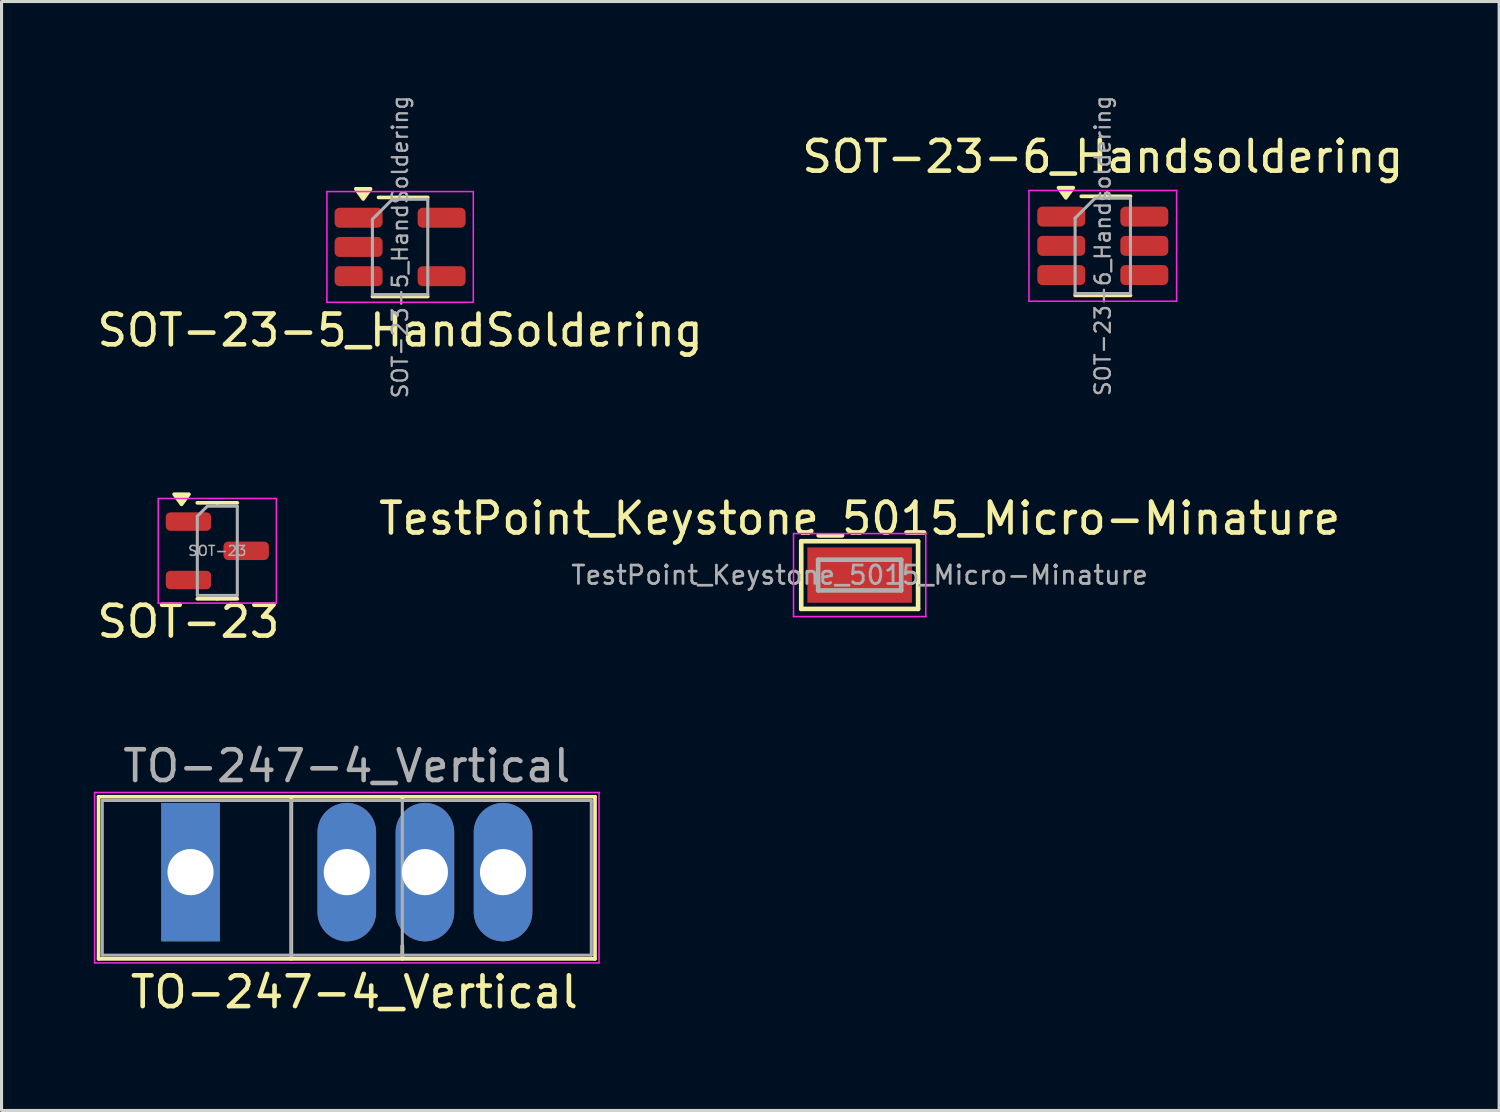
<source format=kicad_pcb>
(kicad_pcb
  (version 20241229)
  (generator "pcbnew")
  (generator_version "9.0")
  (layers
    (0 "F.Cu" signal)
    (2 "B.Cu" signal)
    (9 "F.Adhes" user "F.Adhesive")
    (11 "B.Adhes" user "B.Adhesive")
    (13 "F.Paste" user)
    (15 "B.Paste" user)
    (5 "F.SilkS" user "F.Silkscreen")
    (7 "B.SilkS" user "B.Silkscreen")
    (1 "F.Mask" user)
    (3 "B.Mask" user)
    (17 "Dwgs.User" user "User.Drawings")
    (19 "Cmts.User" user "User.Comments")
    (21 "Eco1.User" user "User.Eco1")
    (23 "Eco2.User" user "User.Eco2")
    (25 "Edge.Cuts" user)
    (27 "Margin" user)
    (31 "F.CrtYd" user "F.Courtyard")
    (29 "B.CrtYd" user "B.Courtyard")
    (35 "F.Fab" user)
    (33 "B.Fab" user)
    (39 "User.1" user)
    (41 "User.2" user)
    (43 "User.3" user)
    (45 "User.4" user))
  (footprint "SOT-23-5_HandSoldering"
    (layer "F.Cu")
    (at 9.958 4.979)
    (property "Reference" "SOT-23-5_HandSoldering" (at 0 2.71 0) (layer "F.SilkS") (effects (font (size 1 1) (thickness 0.15))))
    (attr smd)
    (fp_line (start -0.9 1.61) (end 0.9 1.61) (stroke (width 0.12) (type solid)) (layer "F.SilkS"))
    (fp_line (start 0.1 -1.61) (end -0.7 -1.61) (stroke (width 0.12) (type solid)) (layer "F.SilkS"))
    (fp_line (start 0.1 -1.61) (end 0.9 -1.61) (stroke (width 0.12) (type solid)) (layer "F.SilkS"))
    (fp_poly (pts (xy -1.2 -1.56) (xy -1.44 -1.89) (xy -0.96 -1.89) (xy -1.2 -1.56)) (stroke (width 0.12) (type solid)) (fill yes) (layer "F.SilkS"))
    (fp_line (start -2.38 -1.8) (end -2.38 1.8) (stroke (width 0.05) (type solid)) (layer "F.CrtYd"))
    (fp_line (start -2.38 -1.8) (end 2.38 -1.8) (stroke (width 0.05) (type solid)) (layer "F.CrtYd"))
    (fp_line (start 2.38 1.8) (end -2.38 1.8) (stroke (width 0.05) (type solid)) (layer "F.CrtYd"))
    (fp_line (start 2.38 1.8) (end 2.38 -1.8) (stroke (width 0.05) (type solid)) (layer "F.CrtYd"))
    (fp_line (start -0.9 -0.9) (end -0.9 1.55) (stroke (width 0.1) (type solid)) (layer "F.Fab"))
    (fp_line (start -0.9 -0.9) (end -0.25 -1.55) (stroke (width 0.1) (type solid)) (layer "F.Fab"))
    (fp_line (start 0.9 -1.55) (end -0.25 -1.55) (stroke (width 0.1) (type solid)) (layer "F.Fab"))
    (fp_line (start 0.9 -1.55) (end 0.9 1.55) (stroke (width 0.1) (type solid)) (layer "F.Fab"))
    (fp_line (start 0.9 1.55) (end -0.9 1.55) (stroke (width 0.1) (type solid)) (layer "F.Fab"))
    (fp_text user "${REFERENCE}" (at 0 0 90) (layer "F.Fab") (effects (font (size 0.5 0.5) (thickness 0.075))))
    (pad "1" smd roundrect (at -1.35 -0.95) (size 1.56 0.65) (layers "F.Cu" "F.Mask" "F.Paste") (roundrect_rratio 0.25))
    (pad "2" smd roundrect (at -1.35 0) (size 1.56 0.65) (layers "F.Cu" "F.Mask" "F.Paste") (roundrect_rratio 0.25))
    (pad "3" smd roundrect (at -1.35 0.95) (size 1.56 0.65) (layers "F.Cu" "F.Mask" "F.Paste") (roundrect_rratio 0.25))
    (pad "4" smd roundrect (at 1.35 0.95) (size 1.56 0.65) (layers "F.Cu" "F.Mask" "F.Paste") (roundrect_rratio 0.25))
    (pad "5" smd roundrect (at 1.35 -0.95) (size 1.56 0.65) (layers "F.Cu" "F.Mask" "F.Paste") (roundrect_rratio 0.25)))
  (footprint "TO-247-4_Vertical"
    (layer "F.Cu")
    (at 3.145 25.305)
    (property "Reference" "TO-247-4_Vertical" (at 5.325 3.9 0) (layer "F.SilkS") (effects (font (size 1 1) (thickness 0.15))))
    (attr through_hole)
    (fp_line (start -2.99 -2.451) (end -2.99 2.82) (stroke (width 0.12) (type solid)) (layer "F.SilkS"))
    (fp_line (start -2.99 -2.451) (end 13.15 -2.451) (stroke (width 0.12) (type solid)) (layer "F.SilkS"))
    (fp_line (start -2.99 2.82) (end 13.15 2.82) (stroke (width 0.12) (type solid)) (layer "F.SilkS"))
    (fp_line (start 3.276 -2.451) (end 3.276 2.82) (stroke (width 0.12) (type solid)) (layer "F.SilkS"))
    (fp_line (start 6.885 -2.451) (end 6.885 -2.4) (stroke (width 0.12) (type solid)) (layer "F.SilkS"))
    (fp_line (start 6.885 2.4) (end 6.885 2.82) (stroke (width 0.12) (type solid)) (layer "F.SilkS"))
    (fp_line (start 13.15 -2.451) (end 13.15 2.82) (stroke (width 0.12) (type solid)) (layer "F.SilkS"))
    (fp_line (start -3.12 -2.59) (end -3.12 2.95) (stroke (width 0.05) (type solid)) (layer "F.CrtYd"))
    (fp_line (start -3.12 2.95) (end 13.28 2.95) (stroke (width 0.05) (type solid)) (layer "F.CrtYd"))
    (fp_line (start 13.28 -2.59) (end -3.12 -2.59) (stroke (width 0.05) (type solid)) (layer "F.CrtYd"))
    (fp_line (start 13.28 2.95) (end 13.28 -2.59) (stroke (width 0.05) (type solid)) (layer "F.CrtYd"))
    (fp_line (start -2.87 -2.33) (end -2.87 2.7) (stroke (width 0.1) (type solid)) (layer "F.Fab"))
    (fp_line (start -2.87 2.7) (end 13.03 2.7) (stroke (width 0.1) (type solid)) (layer "F.Fab"))
    (fp_line (start 3.275 -2.33) (end 3.275 2.7) (stroke (width 0.1) (type solid)) (layer "F.Fab"))
    (fp_line (start 6.885 -2.33) (end 6.885 2.7) (stroke (width 0.1) (type solid)) (layer "F.Fab"))
    (fp_line (start 13.03 -2.33) (end -2.87 -2.33) (stroke (width 0.1) (type solid)) (layer "F.Fab"))
    (fp_line (start 13.03 2.7) (end 13.03 -2.33) (stroke (width 0.1) (type solid)) (layer "F.Fab"))
    (fp_text user "${REFERENCE}" (at 5.08 -3.45 0) (layer "F.Fab") (effects (font (size 1 1) (thickness 0.15))))
    (pad "1" thru_hole rect (at 0 0 180) (size 1.905 4.5) (drill 1.5) (layers "*.Cu" "*.Mask"))
    (pad "2" thru_hole oval (at 5.08 0 180) (size 1.905 4.5) (drill 1.5) (layers "*.Cu" "*.Mask"))
    (pad "3" thru_hole oval (at 7.62 0 180) (size 1.905 4.5) (drill 1.5) (layers "*.Cu" "*.Mask"))
    (pad "4" thru_hole oval (at 10.16 0 180) (size 1.905 4.5) (drill 1.5) (layers "*.Cu" "*.Mask")))
  (footprint "SOT-23"
    (layer "F.Cu")
    (at 4.015 14.858)
    (property "Reference" "SOT-23" (at -0.938 2.3 0) (layer "F.SilkS") (effects (font (size 1 1) (thickness 0.15))))
    (attr smd)
    (fp_line (start 0 -1.56) (end -0.65 -1.56) (stroke (width 0.12) (type solid)) (layer "F.SilkS"))
    (fp_line (start 0 -1.56) (end 0.65 -1.56) (stroke (width 0.12) (type solid)) (layer "F.SilkS"))
    (fp_line (start 0 1.56) (end -0.65 1.56) (stroke (width 0.12) (type solid)) (layer "F.SilkS"))
    (fp_line (start 0 1.56) (end 0.65 1.56) (stroke (width 0.12) (type solid)) (layer "F.SilkS"))
    (fp_poly (pts (xy -1.163 -1.51) (xy -1.403 -1.84) (xy -0.922 -1.84) (xy -1.163 -1.51)) (stroke (width 0.12) (type solid)) (fill yes) (layer "F.SilkS"))
    (fp_line (start -1.92 -1.7) (end -1.92 1.7) (stroke (width 0.05) (type solid)) (layer "F.CrtYd"))
    (fp_line (start -1.92 1.7) (end 1.92 1.7) (stroke (width 0.05) (type solid)) (layer "F.CrtYd"))
    (fp_line (start 1.92 -1.7) (end -1.92 -1.7) (stroke (width 0.05) (type solid)) (layer "F.CrtYd"))
    (fp_line (start 1.92 1.7) (end 1.92 -1.7) (stroke (width 0.05) (type solid)) (layer "F.CrtYd"))
    (fp_line (start -0.65 -1.125) (end -0.325 -1.45) (stroke (width 0.1) (type solid)) (layer "F.Fab"))
    (fp_line (start -0.65 1.45) (end -0.65 -1.125) (stroke (width 0.1) (type solid)) (layer "F.Fab"))
    (fp_line (start -0.325 -1.45) (end 0.65 -1.45) (stroke (width 0.1) (type solid)) (layer "F.Fab"))
    (fp_line (start 0.65 -1.45) (end 0.65 1.45) (stroke (width 0.1) (type solid)) (layer "F.Fab"))
    (fp_line (start 0.65 1.45) (end -0.65 1.45) (stroke (width 0.1) (type solid)) (layer "F.Fab"))
    (fp_text user "${REFERENCE}" (at 0 0 180) (layer "F.Fab") (effects (font (size 0.32 0.32) (thickness 0.05))))
    (pad "1" smd roundrect (at -0.938 -0.95) (size 1.475 0.6) (layers "F.Cu" "F.Mask" "F.Paste") (roundrect_rratio 0.25))
    (pad "2" smd roundrect (at -0.938 0.95) (size 1.475 0.6) (layers "F.Cu" "F.Mask" "F.Paste") (roundrect_rratio 0.25))
    (pad "3" smd roundrect (at 0.938 0) (size 1.475 0.6) (layers "F.Cu" "F.Mask" "F.Paste") (roundrect_rratio 0.25)))
  (footprint "SOT-23-6_Handsoldering"
    (layer "F.Cu")
    (at 32.804 4.943)
    (property "Reference" "SOT-23-6_Handsoldering" (at 0 -2.9 180) (layer "F.SilkS") (effects (font (size 1 1) (thickness 0.15))))
    (attr smd)
    (fp_line (start -0.9 1.61) (end 0.9 1.61) (stroke (width 0.12) (type solid)) (layer "F.SilkS"))
    (fp_line (start 0.1 -1.61) (end -0.7 -1.61) (stroke (width 0.12) (type solid)) (layer "F.SilkS"))
    (fp_line (start 0.1 -1.61) (end 0.9 -1.61) (stroke (width 0.12) (type solid)) (layer "F.SilkS"))
    (fp_poly (pts (xy -1.2 -1.56) (xy -1.44 -1.89) (xy -0.96 -1.89) (xy -1.2 -1.56)) (stroke (width 0.12) (type solid)) (fill yes) (layer "F.SilkS"))
    (fp_line (start -2.4 -1.8) (end 2.4 -1.8) (stroke (width 0.05) (type solid)) (layer "F.CrtYd"))
    (fp_line (start -2.4 1.8) (end -2.4 -1.8) (stroke (width 0.05) (type solid)) (layer "F.CrtYd"))
    (fp_line (start 2.4 -1.8) (end 2.4 1.8) (stroke (width 0.05) (type solid)) (layer "F.CrtYd"))
    (fp_line (start 2.4 1.8) (end -2.4 1.8) (stroke (width 0.05) (type solid)) (layer "F.CrtYd"))
    (fp_line (start -0.9 -0.9) (end -0.9 1.55) (stroke (width 0.1) (type solid)) (layer "F.Fab"))
    (fp_line (start -0.9 -0.9) (end -0.25 -1.55) (stroke (width 0.1) (type solid)) (layer "F.Fab"))
    (fp_line (start 0.9 -1.55) (end -0.25 -1.55) (stroke (width 0.1) (type solid)) (layer "F.Fab"))
    (fp_line (start 0.9 -1.55) (end 0.9 1.55) (stroke (width 0.1) (type solid)) (layer "F.Fab"))
    (fp_line (start 0.9 1.55) (end -0.9 1.55) (stroke (width 0.1) (type solid)) (layer "F.Fab"))
    (fp_text user "${REFERENCE}" (at 0 0 270) (layer "F.Fab") (effects (font (size 0.5 0.5) (thickness 0.075))))
    (pad "1" smd roundrect (at -1.35 -0.95) (size 1.56 0.65) (layers "F.Cu" "F.Mask" "F.Paste") (roundrect_rratio 0.25))
    (pad "2" smd roundrect (at -1.35 0) (size 1.56 0.65) (layers "F.Cu" "F.Mask" "F.Paste") (roundrect_rratio 0.25))
    (pad "3" smd roundrect (at -1.35 0.95) (size 1.56 0.65) (layers "F.Cu" "F.Mask" "F.Paste") (roundrect_rratio 0.25))
    (pad "4" smd roundrect (at 1.35 0.95) (size 1.56 0.65) (layers "F.Cu" "F.Mask" "F.Paste") (roundrect_rratio 0.25))
    (pad "5" smd roundrect (at 1.35 0) (size 1.56 0.65) (layers "F.Cu" "F.Mask" "F.Paste") (roundrect_rratio 0.25))
    (pad "6" smd roundrect (at 1.35 -0.95) (size 1.56 0.65) (layers "F.Cu" "F.Mask" "F.Paste") (roundrect_rratio 0.25)))
  (footprint "TestPoint_Keystone_5015_Micro-Minature"
    (layer "F.Cu")
    (at 24.899 15.647)
    (property "Reference" "TestPoint_Keystone_5015_Micro-Minature" (at 0 -1.84 0) (layer "F.SilkS") (effects (font (size 1 1) (thickness 0.15))))
    (attr smd)
    (fp_line (start -1.9 -1.1) (end 1.9 -1.1) (stroke (width 0.15) (type solid)) (layer "F.SilkS"))
    (fp_line (start -1.9 1.1) (end -1.9 -1.1) (stroke (width 0.15) (type solid)) (layer "F.SilkS"))
    (fp_line (start 1.9 -1.1) (end 1.9 1.1) (stroke (width 0.15) (type solid)) (layer "F.SilkS"))
    (fp_line (start 1.9 1.1) (end -1.9 1.1) (stroke (width 0.15) (type solid)) (layer "F.SilkS"))
    (fp_line (start -2.15 -1.35) (end 2.15 -1.35) (stroke (width 0.05) (type solid)) (layer "F.CrtYd"))
    (fp_line (start -2.15 1.35) (end -2.15 -1.35) (stroke (width 0.05) (type solid)) (layer "F.CrtYd"))
    (fp_line (start 2.15 -1.35) (end 2.15 1.35) (stroke (width 0.05) (type solid)) (layer "F.CrtYd"))
    (fp_line (start 2.15 1.35) (end -2.15 1.35) (stroke (width 0.05) (type solid)) (layer "F.CrtYd"))
    (fp_line (start -1.35 0.5) (end -1.35 -0.5) (stroke (width 0.15) (type solid)) (layer "F.Fab"))
    (fp_line (start -1.35 0.5) (end 1.35 0.5) (stroke (width 0.15) (type solid)) (layer "F.Fab"))
    (fp_line (start 1.35 -0.5) (end -1.35 -0.5) (stroke (width 0.15) (type solid)) (layer "F.Fab"))
    (fp_line (start 1.35 -0.5) (end 1.35 0.5) (stroke (width 0.15) (type solid)) (layer "F.Fab"))
    (fp_text user "${REFERENCE}" (at 0 0 0) (layer "F.Fab") (effects (font (size 0.6 0.6) (thickness 0.09))))
    (pad "1" smd rect (at 0 0) (size 3.4 1.8) (layers "F.Cu" "F.Mask" "F.Paste")))
  (gr_rect
    (start -3 -3)
    (end 45.69 33.053)
    (stroke (width 0.1) (type default))
    (fill no)
    (layer "Edge.Cuts")))
</source>
